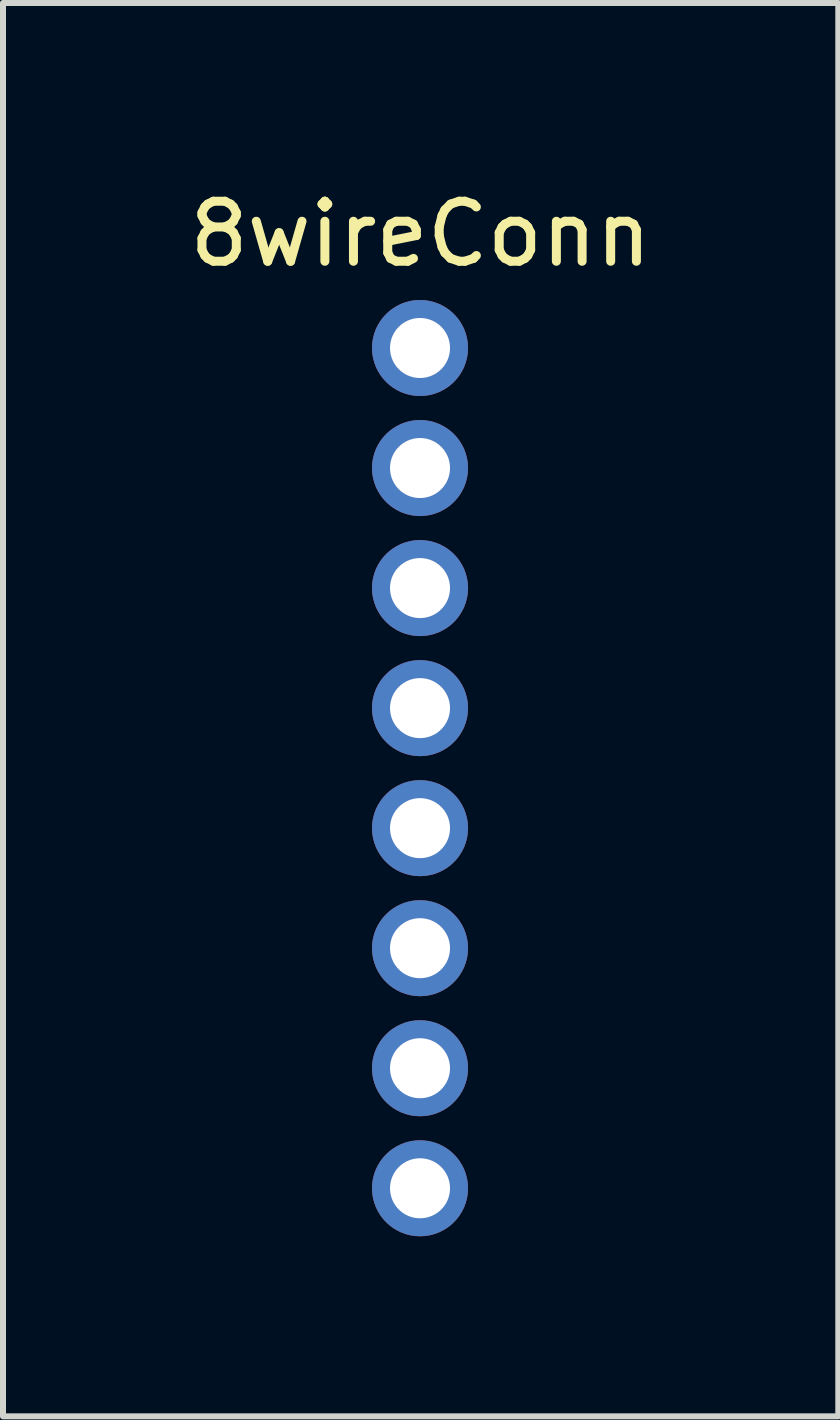
<source format=kicad_pcb>
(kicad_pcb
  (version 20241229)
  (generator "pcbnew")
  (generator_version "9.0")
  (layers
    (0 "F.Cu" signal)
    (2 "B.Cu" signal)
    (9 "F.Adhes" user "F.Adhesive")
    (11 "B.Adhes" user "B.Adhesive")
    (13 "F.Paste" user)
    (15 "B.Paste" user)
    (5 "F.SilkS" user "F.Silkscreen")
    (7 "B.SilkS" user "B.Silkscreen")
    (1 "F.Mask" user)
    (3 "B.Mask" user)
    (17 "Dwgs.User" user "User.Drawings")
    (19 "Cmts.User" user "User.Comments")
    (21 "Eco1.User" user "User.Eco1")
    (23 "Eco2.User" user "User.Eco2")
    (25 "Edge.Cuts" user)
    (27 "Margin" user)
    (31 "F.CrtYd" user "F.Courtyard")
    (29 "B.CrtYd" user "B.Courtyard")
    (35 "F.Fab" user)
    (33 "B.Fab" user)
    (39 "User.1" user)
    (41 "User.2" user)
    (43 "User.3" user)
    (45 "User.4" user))
  (footprint "8wireConn"
    (layer "F.Cu")
    (at 3.948 2.748)
    (property "Reference" "8wireConn" (at 0.01 -1.9 0) (layer "F.SilkS") (effects (font (size 1 1) (thickness 0.15))))
    (attr through_hole)
    (pad "1" thru_hole circle (at 0 0) (size 1.6 1.6) (drill 1) (layers "*.Cu" "*.Mask"))
    (pad "2" thru_hole circle (at 0 2) (size 1.6 1.6) (drill 1) (layers "*.Cu" "*.Mask"))
    (pad "3" thru_hole circle (at 0 4) (size 1.6 1.6) (drill 1) (layers "*.Cu" "*.Mask"))
    (pad "4" thru_hole circle (at 0 6) (size 1.6 1.6) (drill 1) (layers "*.Cu" "*.Mask"))
    (pad "5" thru_hole circle (at 0 8) (size 1.6 1.6) (drill 1) (layers "*.Cu" "*.Mask"))
    (pad "6" thru_hole circle (at 0 10) (size 1.6 1.6) (drill 1) (layers "*.Cu" "*.Mask"))
    (pad "7" thru_hole circle (at 0 12) (size 1.6 1.6) (drill 1) (layers "*.Cu" "*.Mask"))
    (pad "8" thru_hole circle (at 0 14) (size 1.6 1.6) (drill 1) (layers "*.Cu" "*.Mask")))
  (gr_rect
    (start -3 -3)
    (end 10.917 20.548)
    (stroke (width 0.1) (type default))
    (fill no)
    (layer "Edge.Cuts")))
</source>
